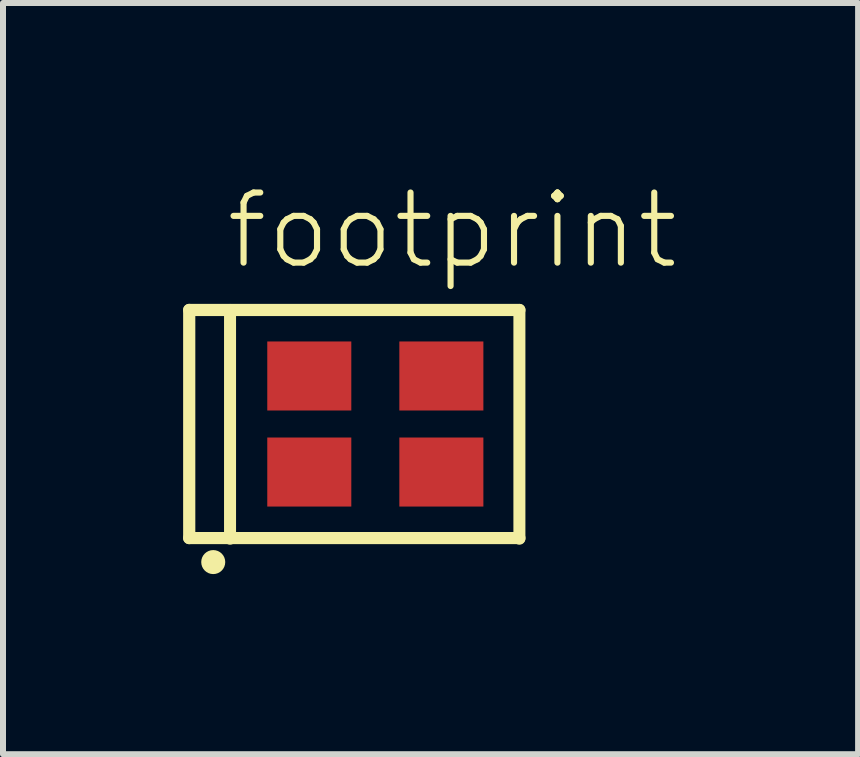
<source format=kicad_pcb>
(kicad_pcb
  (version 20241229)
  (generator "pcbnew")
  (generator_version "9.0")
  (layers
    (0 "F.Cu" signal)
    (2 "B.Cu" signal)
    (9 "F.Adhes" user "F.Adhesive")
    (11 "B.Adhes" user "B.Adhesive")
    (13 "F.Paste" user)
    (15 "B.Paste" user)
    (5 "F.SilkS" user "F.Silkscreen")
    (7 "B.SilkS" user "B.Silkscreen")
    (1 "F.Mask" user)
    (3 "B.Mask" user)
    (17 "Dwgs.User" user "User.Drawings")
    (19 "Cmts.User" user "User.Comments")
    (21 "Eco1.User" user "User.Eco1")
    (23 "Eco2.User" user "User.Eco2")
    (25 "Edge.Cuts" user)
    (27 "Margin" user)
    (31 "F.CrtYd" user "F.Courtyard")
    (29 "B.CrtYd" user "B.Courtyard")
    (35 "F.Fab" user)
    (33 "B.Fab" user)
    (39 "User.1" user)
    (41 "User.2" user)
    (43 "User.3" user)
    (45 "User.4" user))
  (footprint "footprint"
    (layer "F.Cu")
    (at 3.202 4.013)
    (property "Reference" "footprint" (at -2.54 -2.54 0) (layer "F.SilkS") (effects (font (size 1.168 1.168) (thickness 0.102)) (justify left bottom)))
    (fp_line (start -3.1 -1.9) (end -3.1 1.9) (stroke (width 0.203) (type solid)) (layer "F.SilkS"))
    (fp_line (start -3.1 -1.9) (end 2.4 -1.9) (stroke (width 0.203) (type solid)) (layer "F.SilkS"))
    (fp_line (start -2.42 -1.9) (end -2.42 1.91) (stroke (width 0.2) (type solid)) (layer "F.SilkS"))
    (fp_line (start 2.4 -1.9) (end 2.4 1.91) (stroke (width 0.2) (type solid)) (layer "F.SilkS"))
    (fp_line (start 2.4 1.9) (end -3.1 1.9) (stroke (width 0.203) (type solid)) (layer "F.SilkS"))
    (fp_circle (center -2.7 2.3) (end -2.6 2.3) (stroke (width 0.2) (type solid)) (fill yes) (layer "F.SilkS"))
    (pad "1" smd rect (at -1.1 0.8) (size 1.4 1.15) (layers "F.Cu" "F.Mask" "F.Paste"))
    (pad "2" smd rect (at 1.1 0.8) (size 1.4 1.15) (layers "F.Cu" "F.Mask" "F.Paste"))
    (pad "3" smd rect (at 1.1 -0.8 180) (size 1.4 1.15) (layers "F.Cu" "F.Mask" "F.Paste"))
    (pad "4" smd rect (at -1.1 -0.8 180) (size 1.4 1.15) (layers "F.Cu" "F.Mask" "F.Paste")))
  (gr_rect
    (start -3 -3)
    (end 11.244 9.513)
    (stroke (width 0.1) (type default))
    (fill no)
    (layer "Edge.Cuts")))
</source>
